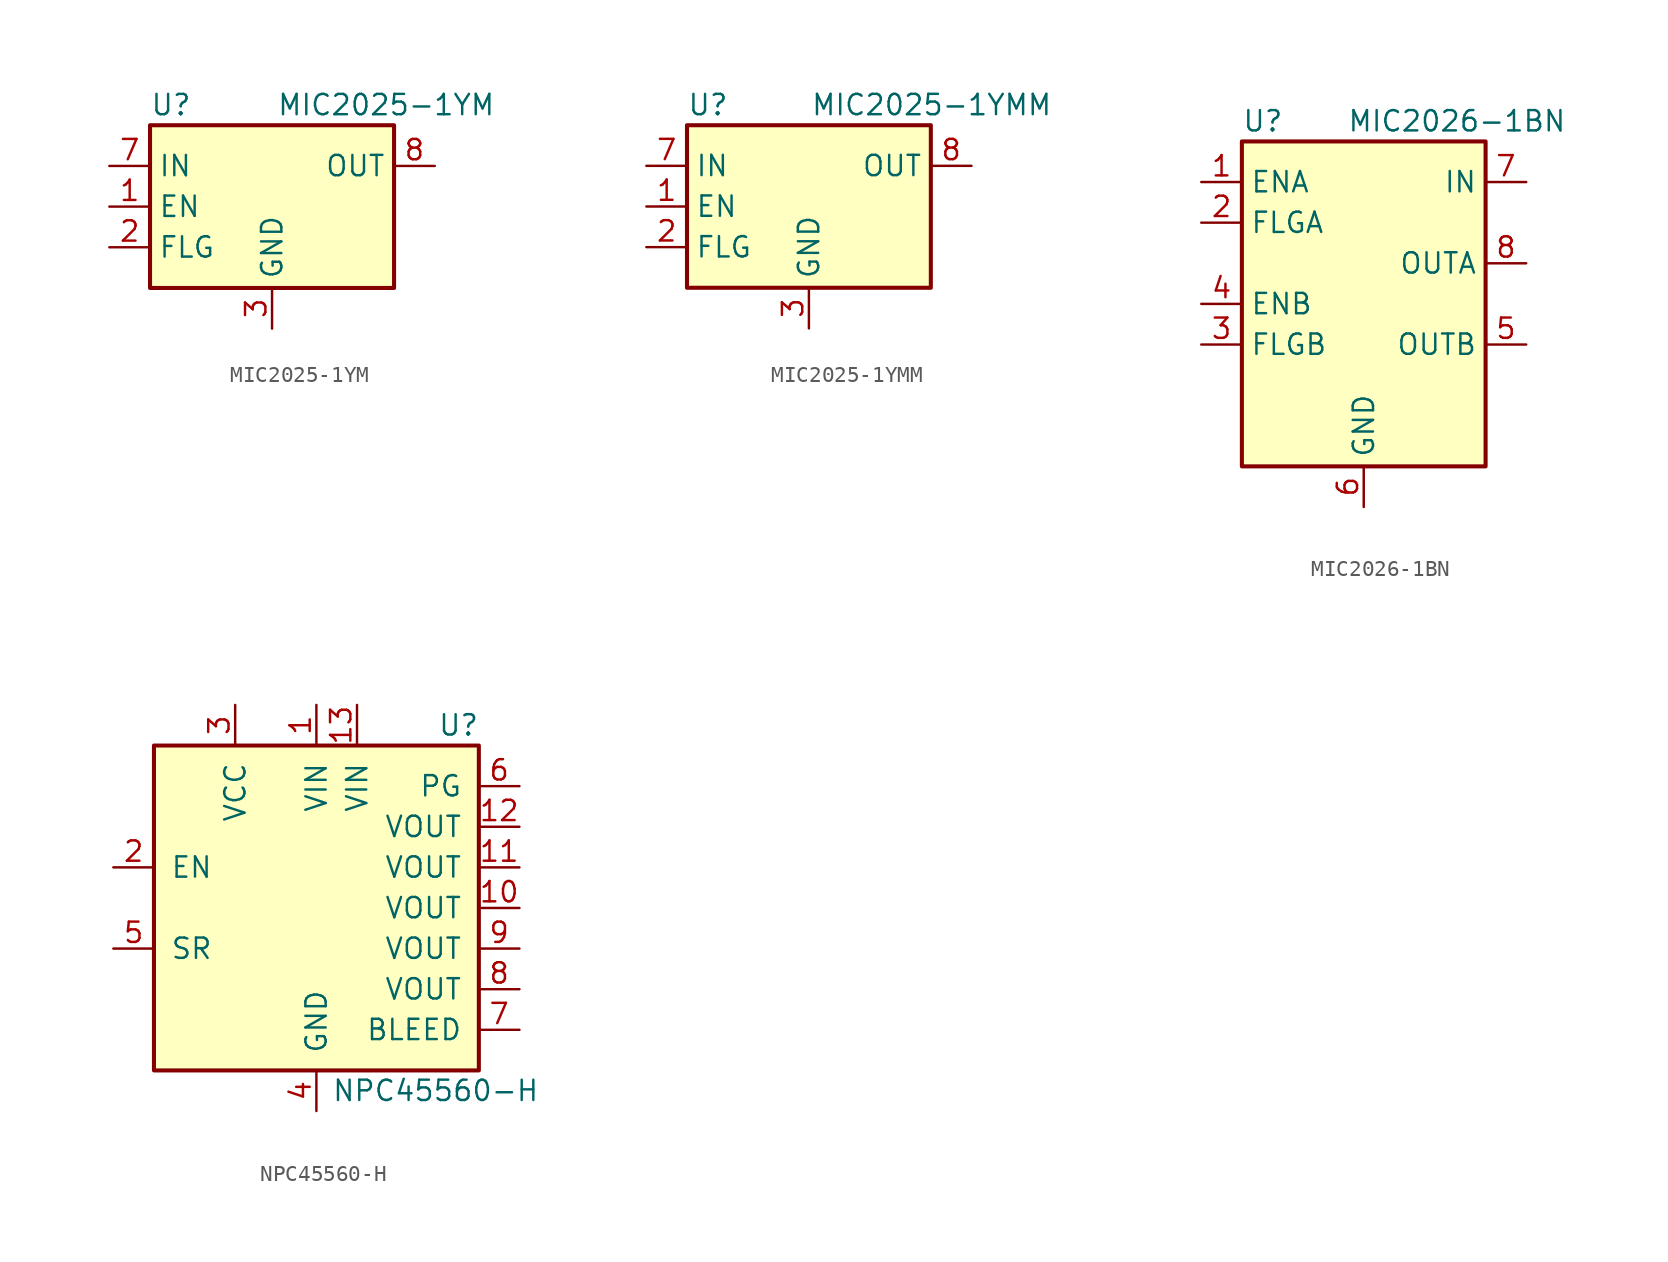
<source format=kicad_sym>
(kicad_symbol_lib
  (version 20200908)
  (generator kicad_symbol_editor)
  (symbol "Power_Management:MIC2025-1YM"
    (property "Reference" "U"
      (at -7.62 6.35 0)
      (effects (font (size 1.27 1.27)) (justify left)))
    (property "Value" "MIC2025-1YM"
      (at 13.97 6.35 0)
      (effects (font (size 1.27 1.27)) (justify right)))
    (symbol "MIC2025-1YM_0_1"
      (rectangle (start -7.62 5.08) (end 7.62 -5.08) (stroke (width 0.254)) (fill (type background))))
    (symbol "MIC2025-1YM_1_1"
      (pin input line (at -10.16 0 0) (length 2.54) (name "EN" (effects (font (size 1.27 1.27)))) (number "1" (effects (font (size 1.27 1.27)))))
      (pin open_collector line (at -10.16 -2.54 0) (length 2.54) (name "FLG" (effects (font (size 1.27 1.27)))) (number "2" (effects (font (size 1.27 1.27)))))
      (pin power_in line (at 0 -7.62 90) (length 2.54) (name "GND" (effects (font (size 1.27 1.27)))) (number "3" (effects (font (size 1.27 1.27)))))
      (pin unconnected line (at 7.62 0 180) (length 2.54) hide (name "NC" (effects (font (size 1.27 1.27)))) (number "4" (effects (font (size 1.27 1.27)))))
      (pin unconnected line (at 7.62 -2.54 180) (length 2.54) hide (name "NC" (effects (font (size 1.27 1.27)))) (number "5" (effects (font (size 1.27 1.27)))))
      (pin passive line (at 10.16 2.54 180) (length 2.54) hide (name "OUT" (effects (font (size 1.27 1.27)))) (number "6" (effects (font (size 1.27 1.27)))))
      (pin power_in line (at -10.16 2.54 0) (length 2.54) (name "IN" (effects (font (size 1.27 1.27)))) (number "7" (effects (font (size 1.27 1.27)))))
      (pin power_out line (at 10.16 2.54 180) (length 2.54) (name "OUT" (effects (font (size 1.27 1.27)))) (number "8" (effects (font (size 1.27 1.27)))))))
  (symbol "Power_Management:MIC2025-1YMM"
    (property "Reference" "U"
      (at -7.62 6.35 0)
      (effects (font (size 1.27 1.27)) (justify left)))
    (property "Value" "MIC2025-1YMM"
      (at 15.24 6.35 0)
      (effects (font (size 1.27 1.27)) (justify right)))
    (symbol "MIC2025-1YMM_0_1"
      (rectangle (start -7.62 5.08) (end 7.62 -5.08) (stroke (width 0.254)) (fill (type background))))
    (symbol "MIC2025-1YMM_1_1"
      (pin input line (at -10.16 0 0) (length 2.54) (name "EN" (effects (font (size 1.27 1.27)))) (number "1" (effects (font (size 1.27 1.27)))))
      (pin open_collector line (at -10.16 -2.54 0) (length 2.54) (name "FLG" (effects (font (size 1.27 1.27)))) (number "2" (effects (font (size 1.27 1.27)))))
      (pin power_in line (at 0 -7.62 90) (length 2.54) (name "GND" (effects (font (size 1.27 1.27)))) (number "3" (effects (font (size 1.27 1.27)))))
      (pin unconnected line (at 7.62 0 180) (length 2.54) hide (name "NC" (effects (font (size 1.27 1.27)))) (number "4" (effects (font (size 1.27 1.27)))))
      (pin unconnected line (at 7.62 -2.54 180) (length 2.54) hide (name "NC" (effects (font (size 1.27 1.27)))) (number "5" (effects (font (size 1.27 1.27)))))
      (pin passive line (at 10.16 2.54 180) (length 2.54) hide (name "OUT" (effects (font (size 1.27 1.27)))) (number "6" (effects (font (size 1.27 1.27)))))
      (pin power_in line (at -10.16 2.54 0) (length 2.54) (name "IN" (effects (font (size 1.27 1.27)))) (number "7" (effects (font (size 1.27 1.27)))))
      (pin power_out line (at 10.16 2.54 180) (length 2.54) (name "OUT" (effects (font (size 1.27 1.27)))) (number "8" (effects (font (size 1.27 1.27)))))))
  (symbol "Power_Management:MIC2026-1BN"
    (property "Reference" "U"
      (at -7.62 11.43 0)
      (effects (font (size 1.27 1.27)) (justify left)))
    (property "Value" "MIC2026-1BN"
      (at 12.7 11.43 0)
      (effects (font (size 1.27 1.27)) (justify right)))
    (symbol "MIC2026-1BN_0_1"
      (rectangle (start -7.62 -10.16) (end 7.62 10.16) (stroke (width 0.254)) (fill (type background))))
    (symbol "MIC2026-1BN_1_1"
      (pin input line (at -10.16 7.62 0) (length 2.54) (name "ENA" (effects (font (size 1.27 1.27)))) (number "1" (effects (font (size 1.27 1.27)))))
      (pin output line (at -10.16 5.08 0) (length 2.54) (name "FLGA" (effects (font (size 1.27 1.27)))) (number "2" (effects (font (size 1.27 1.27)))))
      (pin output line (at -10.16 -2.54 0) (length 2.54) (name "FLGB" (effects (font (size 1.27 1.27)))) (number "3" (effects (font (size 1.27 1.27)))))
      (pin input line (at -10.16 0 0) (length 2.54) (name "ENB" (effects (font (size 1.27 1.27)))) (number "4" (effects (font (size 1.27 1.27)))))
      (pin power_out line (at 10.16 -2.54 180) (length 2.54) (name "OUTB" (effects (font (size 1.27 1.27)))) (number "5" (effects (font (size 1.27 1.27)))))
      (pin power_in line (at 0 -12.7 90) (length 2.54) (name "GND" (effects (font (size 1.27 1.27)))) (number "6" (effects (font (size 1.27 1.27)))))
      (pin power_in line (at 10.16 7.62 180) (length 2.54) (name "IN" (effects (font (size 1.27 1.27)))) (number "7" (effects (font (size 1.27 1.27)))))
      (pin power_out line (at 10.16 2.54 180) (length 2.54) (name "OUTA" (effects (font (size 1.27 1.27)))) (number "8" (effects (font (size 1.27 1.27)))))))
  (symbol "Power_Management:NPC45560-H"
    (pin_names
      (offset 1.016))
    (property "Reference" "U"
      (at 8.89 11.43 0)
      (effects (font (size 1.27 1.27))))
    (property "Value" "NPC45560-H"
      (at 13.97 -11.43 0)
      (effects (font (size 1.27 1.27)) (justify right)))
    (symbol "NPC45560-H_0_1"
      (rectangle (start -10.16 10.16) (end 10.16 -10.16) (stroke (width 0.254)) (fill (type background))))
    (symbol "NPC45560-H_1_1"
      (pin power_in line (at 0 12.7 270) (length 2.54) (name "VIN" (effects (font (size 1.27 1.27)))) (number "1" (effects (font (size 1.27 1.27)))))
      (pin passive line (at 12.7 0 180) (length 2.54) (name "VOUT" (effects (font (size 1.27 1.27)))) (number "10" (effects (font (size 1.27 1.27)))))
      (pin passive line (at 12.7 2.54 180) (length 2.54) (name "VOUT" (effects (font (size 1.27 1.27)))) (number "11" (effects (font (size 1.27 1.27)))))
      (pin power_out line (at 12.7 5.08 180) (length 2.54) (name "VOUT" (effects (font (size 1.27 1.27)))) (number "12" (effects (font (size 1.27 1.27)))))
      (pin power_in line (at 2.54 12.7 270) (length 2.54) (name "VIN" (effects (font (size 1.27 1.27)))) (number "13" (effects (font (size 1.27 1.27)))))
      (pin input line (at -12.7 2.54 0) (length 2.54) (name "EN" (effects (font (size 1.27 1.27)))) (number "2" (effects (font (size 1.27 1.27)))))
      (pin power_in line (at -5.08 12.7 270) (length 2.54) (name "VCC" (effects (font (size 1.27 1.27)))) (number "3" (effects (font (size 1.27 1.27)))))
      (pin power_in line (at 0 -12.7 90) (length 2.54) (name "GND" (effects (font (size 1.27 1.27)))) (number "4" (effects (font (size 1.27 1.27)))))
      (pin input line (at -12.7 -2.54 0) (length 2.54) (name "SR" (effects (font (size 1.27 1.27)))) (number "5" (effects (font (size 1.27 1.27)))))
      (pin open_collector line (at 12.7 7.62 180) (length 2.54) (name "PG" (effects (font (size 1.27 1.27)))) (number "6" (effects (font (size 1.27 1.27)))))
      (pin input line (at 12.7 -7.62 180) (length 2.54) (name "BLEED" (effects (font (size 1.27 1.27)))) (number "7" (effects (font (size 1.27 1.27)))))
      (pin passive line (at 12.7 -5.08 180) (length 2.54) (name "VOUT" (effects (font (size 1.27 1.27)))) (number "8" (effects (font (size 1.27 1.27)))))
      (pin passive line (at 12.7 -2.54 180) (length 2.54) (name "VOUT" (effects (font (size 1.27 1.27)))) (number "9" (effects (font (size 1.27 1.27))))))))
</source>
